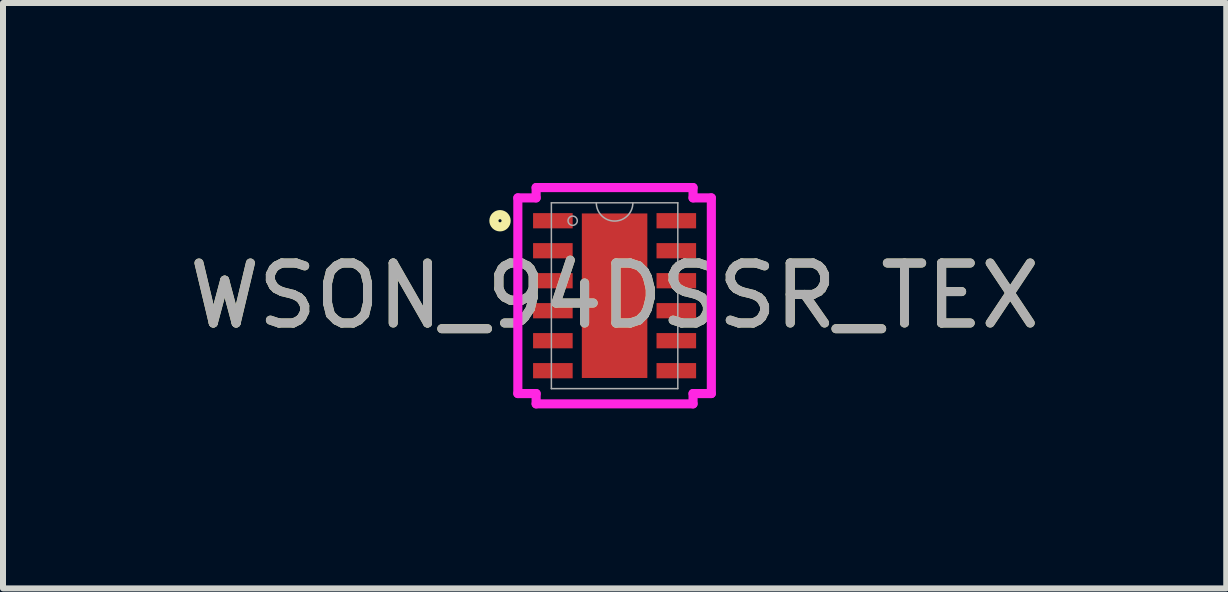
<source format=kicad_pcb>
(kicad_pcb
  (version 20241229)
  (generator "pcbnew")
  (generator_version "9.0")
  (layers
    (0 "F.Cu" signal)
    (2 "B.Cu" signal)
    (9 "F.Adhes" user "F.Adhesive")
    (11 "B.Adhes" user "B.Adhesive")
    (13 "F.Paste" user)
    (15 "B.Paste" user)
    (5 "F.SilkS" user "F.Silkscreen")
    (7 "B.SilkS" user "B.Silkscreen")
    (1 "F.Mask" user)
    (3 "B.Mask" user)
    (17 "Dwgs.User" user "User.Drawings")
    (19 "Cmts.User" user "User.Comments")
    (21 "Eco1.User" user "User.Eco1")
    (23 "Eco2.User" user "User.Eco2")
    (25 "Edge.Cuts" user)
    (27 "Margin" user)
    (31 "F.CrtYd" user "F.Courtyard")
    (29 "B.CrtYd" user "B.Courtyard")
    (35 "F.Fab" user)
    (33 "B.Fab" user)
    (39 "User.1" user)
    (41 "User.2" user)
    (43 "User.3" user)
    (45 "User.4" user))
  (footprint "WSON_94DSSR_TEX"
    (layer "F.Cu")
    (at 7.196 1.88)
    (property "Reference" "WSON_94DSSR_TEX" (at 0 0 0) (unlocked yes) (layer "F.SilkS") (effects (font (size 1 1) (thickness 0.15))))
    (attr smd)
    (fp_circle (center -1.91 -1.25) (end -1.808 -1.25) (stroke (width 0.152) (type solid)) (fill no) (layer "F.SilkS"))
    (fp_poly (pts (xy -0.446 -1.272) (xy -0.446 -0.1) (xy 0.446 -0.1) (xy 0.446 -1.272)) (stroke (width 0) (type solid)) (fill yes) (layer "F.Paste"))
    (fp_poly (pts (xy -0.446 0.1) (xy -0.446 1.272) (xy 0.446 1.272) (xy 0.446 0.1)) (stroke (width 0) (type solid)) (fill yes) (layer "F.Paste"))
    (fp_line (start -1.613 -1.631) (end -1.308 -1.631) (stroke (width 0.152) (type solid)) (layer "F.CrtYd"))
    (fp_line (start -1.613 1.631) (end -1.613 -1.631) (stroke (width 0.152) (type solid)) (layer "F.CrtYd"))
    (fp_line (start -1.613 1.631) (end -1.308 1.631) (stroke (width 0.152) (type solid)) (layer "F.CrtYd"))
    (fp_line (start -1.308 -1.803) (end 1.308 -1.803) (stroke (width 0.152) (type solid)) (layer "F.CrtYd"))
    (fp_line (start -1.308 -1.631) (end -1.308 -1.803) (stroke (width 0.152) (type solid)) (layer "F.CrtYd"))
    (fp_line (start -1.308 1.803) (end -1.308 1.631) (stroke (width 0.152) (type solid)) (layer "F.CrtYd"))
    (fp_line (start 1.308 -1.803) (end 1.308 -1.631) (stroke (width 0.152) (type solid)) (layer "F.CrtYd"))
    (fp_line (start 1.308 1.631) (end 1.308 1.803) (stroke (width 0.152) (type solid)) (layer "F.CrtYd"))
    (fp_line (start 1.308 1.803) (end -1.308 1.803) (stroke (width 0.152) (type solid)) (layer "F.CrtYd"))
    (fp_line (start 1.613 -1.631) (end 1.308 -1.631) (stroke (width 0.152) (type solid)) (layer "F.CrtYd"))
    (fp_line (start 1.613 -1.631) (end 1.613 1.631) (stroke (width 0.152) (type solid)) (layer "F.CrtYd"))
    (fp_line (start 1.613 1.631) (end 1.308 1.631) (stroke (width 0.152) (type solid)) (layer "F.CrtYd"))
    (fp_line (start -1.054 -1.549) (end -1.054 1.549) (stroke (width 0.025) (type solid)) (layer "F.Fab"))
    (fp_line (start -1.054 1.549) (end 1.054 1.549) (stroke (width 0.025) (type solid)) (layer "F.Fab"))
    (fp_line (start 1.054 -1.549) (end -1.054 -1.549) (stroke (width 0.025) (type solid)) (layer "F.Fab"))
    (fp_line (start 1.054 1.549) (end 1.054 -1.549) (stroke (width 0.025) (type solid)) (layer "F.Fab"))
    (fp_arc (start 0.3048 -1.5494) (mid 0 -1.2446) (end -0.3048 -1.5494) (stroke (width 0.0254) (type solid)) (layer "F.Fab"))
    (fp_circle (center -0.699 -1.25) (end -0.622 -1.25) (stroke (width 0.025) (type solid)) (fill no) (layer "F.Fab"))
    (fp_text user "${REFERENCE}" (at 0 0 0) (unlocked yes) (layer "F.Fab") (effects (font (size 1 1) (thickness 0.15))))
    (pad "1" smd rect (at -1.029 -1.25) (size 0.66 0.254) (layers "F.Cu" "F.Mask" "F.Paste"))
    (pad "2" smd rect (at -1.029 -0.75) (size 0.66 0.254) (layers "F.Cu" "F.Mask" "F.Paste"))
    (pad "3" smd rect (at -1.029 -0.25) (size 0.66 0.254) (layers "F.Cu" "F.Mask" "F.Paste"))
    (pad "4" smd rect (at -1.029 0.25) (size 0.66 0.254) (layers "F.Cu" "F.Mask" "F.Paste"))
    (pad "5" smd rect (at -1.029 0.75) (size 0.66 0.254) (layers "F.Cu" "F.Mask" "F.Paste"))
    (pad "6" smd rect (at -1.029 1.25) (size 0.66 0.254) (layers "F.Cu" "F.Mask" "F.Paste"))
    (pad "7" smd rect (at 1.029 1.25) (size 0.66 0.254) (layers "F.Cu" "F.Mask" "F.Paste"))
    (pad "8" smd rect (at 1.029 0.75) (size 0.66 0.254) (layers "F.Cu" "F.Mask" "F.Paste"))
    (pad "9" smd rect (at 1.029 0.25) (size 0.66 0.254) (layers "F.Cu" "F.Mask" "F.Paste"))
    (pad "10" smd rect (at 1.029 -0.25) (size 0.66 0.254) (layers "F.Cu" "F.Mask" "F.Paste"))
    (pad "11" smd rect (at 1.029 -0.75) (size 0.66 0.254) (layers "F.Cu" "F.Mask" "F.Paste"))
    (pad "12" smd rect (at 1.029 -1.25) (size 0.66 0.254) (layers "F.Cu" "F.Mask" "F.Paste"))
    (pad "13" smd rect (at 0 0) (size 1.092 2.743) (layers "F.Cu" "F.Mask" "F.Paste")))
  (gr_rect
    (start -3 -3)
    (end 17.393 6.759)
    (stroke (width 0.1) (type default))
    (fill no)
    (layer "Edge.Cuts")))
</source>
